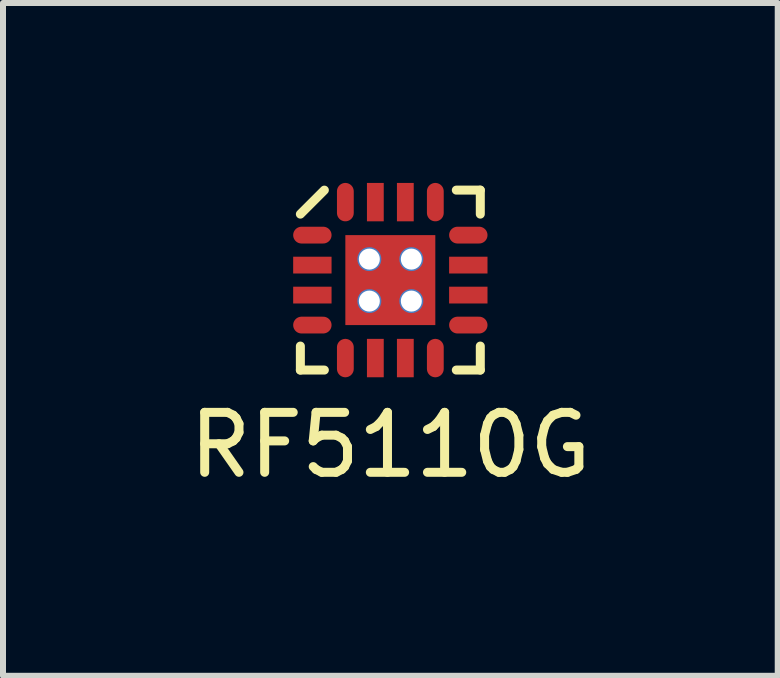
<source format=kicad_pcb>
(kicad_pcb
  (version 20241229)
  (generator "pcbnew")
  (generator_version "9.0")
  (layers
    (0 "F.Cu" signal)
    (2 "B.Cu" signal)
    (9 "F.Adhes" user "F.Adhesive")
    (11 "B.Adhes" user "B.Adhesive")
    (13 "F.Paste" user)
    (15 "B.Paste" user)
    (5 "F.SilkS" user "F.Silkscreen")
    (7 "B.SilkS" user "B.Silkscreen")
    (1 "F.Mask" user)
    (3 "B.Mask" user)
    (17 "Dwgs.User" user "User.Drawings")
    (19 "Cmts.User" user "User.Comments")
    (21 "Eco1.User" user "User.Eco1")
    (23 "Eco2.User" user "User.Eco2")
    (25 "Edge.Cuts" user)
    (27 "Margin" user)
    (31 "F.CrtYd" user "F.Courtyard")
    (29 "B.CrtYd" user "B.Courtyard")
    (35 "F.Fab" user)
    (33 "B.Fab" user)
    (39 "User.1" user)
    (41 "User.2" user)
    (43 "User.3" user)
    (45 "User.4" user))
  (footprint "RF5110G"
    (layer "F.Cu")
    (at 3.458 1.62)
    (property "Reference" "RF5110G" (at 0 2.75 0) (layer "F.SilkS") (effects (font (size 1 1) (thickness 0.15))))
    (attr through_hole)
    (fp_line (start -1.5 -1.1) (end -1.1 -1.5) (stroke (width 0.15) (type solid)) (layer "F.SilkS"))
    (fp_line (start -1.5 1.5) (end -1.5 1.1) (stroke (width 0.15) (type solid)) (layer "F.SilkS"))
    (fp_line (start -1.1 1.5) (end -1.5 1.5) (stroke (width 0.15) (type solid)) (layer "F.SilkS"))
    (fp_line (start 1.1 -1.5) (end 1.5 -1.5) (stroke (width 0.15) (type solid)) (layer "F.SilkS"))
    (fp_line (start 1.5 -1.5) (end 1.5 -1.1) (stroke (width 0.15) (type solid)) (layer "F.SilkS"))
    (fp_line (start 1.5 1.1) (end 1.5 1.5) (stroke (width 0.15) (type solid)) (layer "F.SilkS"))
    (fp_line (start 1.5 1.5) (end 1.1 1.5) (stroke (width 0.15) (type solid)) (layer "F.SilkS"))
    (pad "1" smd oval (at -1.3 -0.75) (size 0.64 0.28) (layers "F.Cu" "F.Mask" "F.Paste"))
    (pad "2" smd rect (at -1.3 -0.25) (size 0.64 0.28) (layers "F.Cu" "F.Mask" "F.Paste"))
    (pad "3" smd rect (at -1.3 0.25) (size 0.64 0.28) (layers "F.Cu" "F.Mask" "F.Paste"))
    (pad "4" smd oval (at -1.3 0.75) (size 0.64 0.28) (layers "F.Cu" "F.Mask" "F.Paste"))
    (pad "5" smd oval (at -0.75 1.3 90) (size 0.64 0.28) (layers "F.Cu" "F.Mask" "F.Paste"))
    (pad "6" smd rect (at -0.25 1.3 90) (size 0.64 0.28) (layers "F.Cu" "F.Mask" "F.Paste"))
    (pad "7" smd rect (at 0.25 1.3 90) (size 0.64 0.28) (layers "F.Cu" "F.Mask" "F.Paste"))
    (pad "8" smd oval (at 0.75 1.3 90) (size 0.64 0.28) (layers "F.Cu" "F.Mask" "F.Paste"))
    (pad "9" smd oval (at 1.3 0.75) (size 0.64 0.28) (layers "F.Cu" "F.Mask" "F.Paste"))
    (pad "10" smd rect (at 1.3 0.25) (size 0.64 0.28) (layers "F.Cu" "F.Mask" "F.Paste"))
    (pad "11" smd rect (at 1.3 -0.25) (size 0.64 0.28) (layers "F.Cu" "F.Mask" "F.Paste"))
    (pad "12" smd oval (at 1.3 -0.75) (size 0.64 0.28) (layers "F.Cu" "F.Mask" "F.Paste"))
    (pad "13" smd oval (at 0.75 -1.3 90) (size 0.64 0.28) (layers "F.Cu" "F.Mask" "F.Paste"))
    (pad "14" smd rect (at 0.25 -1.3 90) (size 0.64 0.28) (layers "F.Cu" "F.Mask" "F.Paste"))
    (pad "15" smd rect (at -0.25 -1.3 90) (size 0.64 0.28) (layers "F.Cu" "F.Mask" "F.Paste"))
    (pad "16" smd oval (at -0.75 -1.3 90) (size 0.64 0.28) (layers "F.Cu" "F.Mask" "F.Paste"))
    (pad "17" thru_hole circle (at -0.35 -0.35) (size 0.4 0.4) (drill 0.35) (layers "*.Cu"))
    (pad "17" thru_hole circle (at -0.35 0.35) (size 0.4 0.4) (drill 0.35) (layers "*.Cu"))
    (pad "17" smd rect (at 0 0) (size 1.5 1.5) (layers "F.Cu" "F.Mask" "F.Paste"))
    (pad "17" thru_hole circle (at 0.35 -0.35) (size 0.4 0.4) (drill 0.35) (layers "*.Cu"))
    (pad "17" thru_hole circle (at 0.35 0.35) (size 0.4 0.4) (drill 0.35) (layers "*.Cu")))
  (gr_rect
    (start -3 -3)
    (end 9.917 8.218)
    (stroke (width 0.1) (type default))
    (fill no)
    (layer "Edge.Cuts")))
</source>
